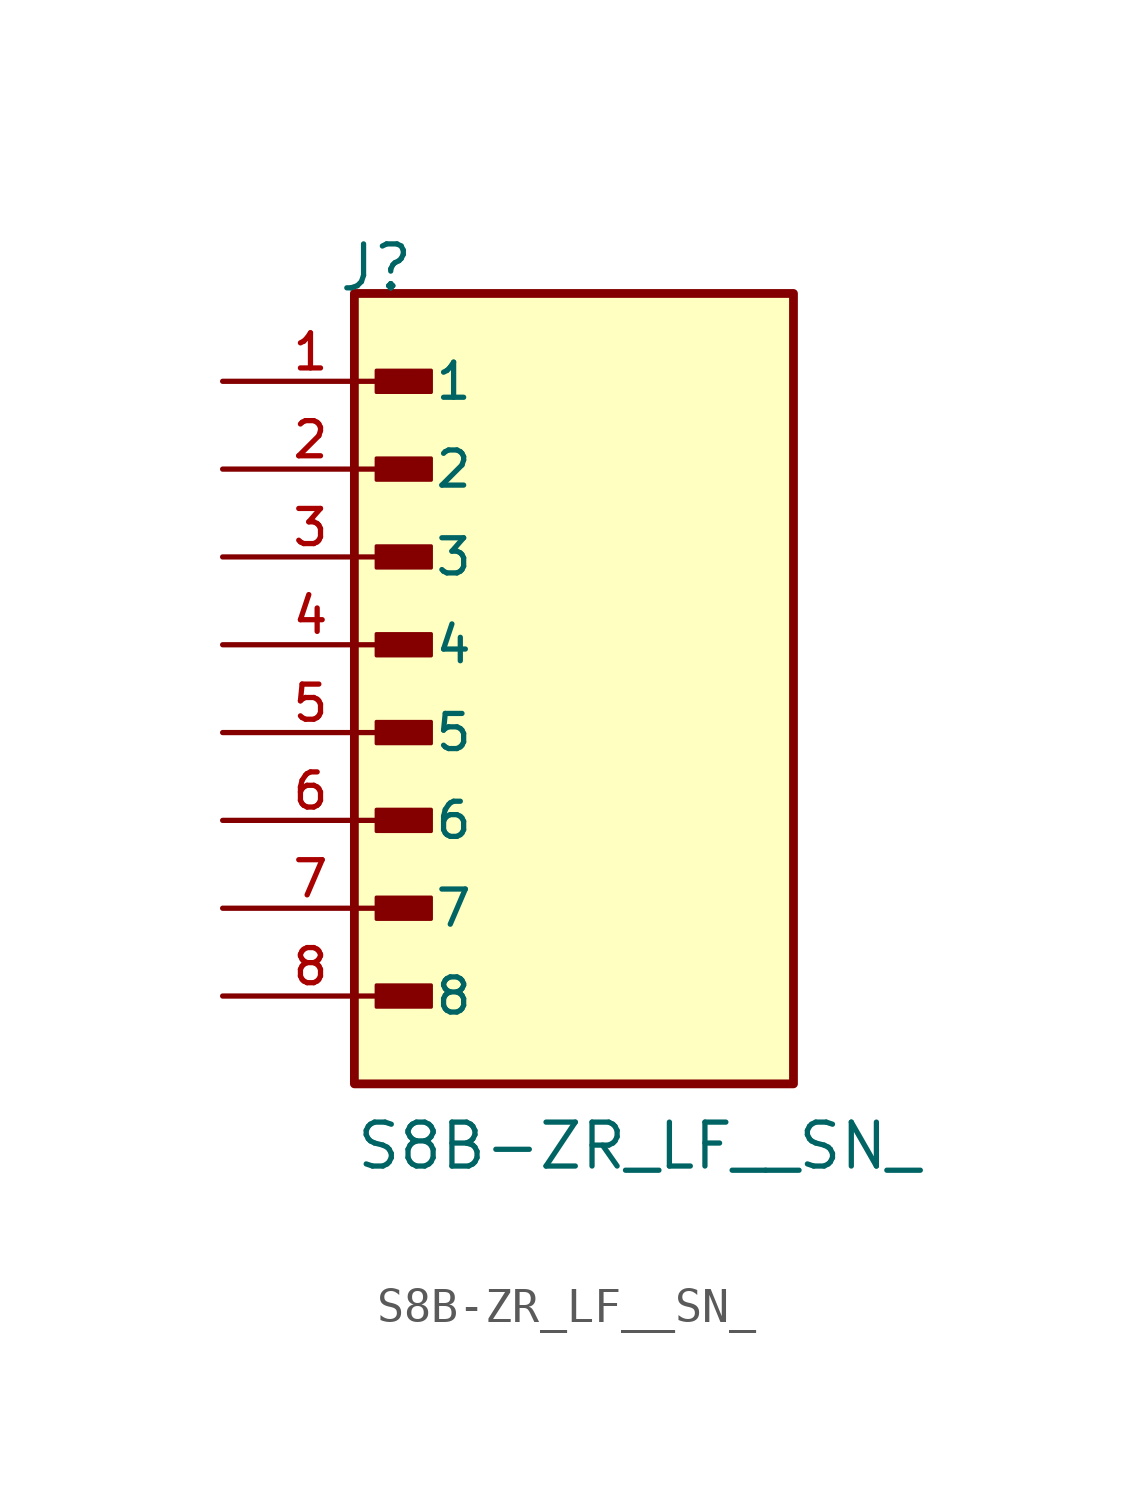
<source format=kicad_sym>
(kicad_symbol_lib
  (version 20211014)
  (generator kicad_symbol_editor)
  (symbol "S8B-ZR_LF__SN_"
    (pin_names
      (offset 1.016))
    (property "Reference" "J"
      (at -6.85 12.7 0)
      (effects (font (size 1.27 1.27)) (justify bottom left)))
    (property "Value" "S8B-ZR_LF__SN_"
      (at -6.35 -12.7 0)
      (effects (font (size 1.27 1.27)) (justify bottom left)))
    (symbol "S8B-ZR_LF__SN__0_0"
      (rectangle (start -5.715 9.842) (end -4.128 10.477) (stroke (width 0.1)) (fill (type outline)))
      (rectangle (start -5.715 7.303) (end -4.128 7.938) (stroke (width 0.1)) (fill (type outline)))
      (rectangle (start -5.715 4.763) (end -4.128 5.397) (stroke (width 0.1)) (fill (type outline)))
      (rectangle (start -5.715 2.223) (end -4.128 2.857) (stroke (width 0.1)) (fill (type outline)))
      (rectangle (start -5.715 -0.318) (end -4.128 0.318) (stroke (width 0.1)) (fill (type outline)))
      (rectangle (start -5.715 -2.857) (end -4.128 -2.223) (stroke (width 0.1)) (fill (type outline)))
      (rectangle (start -5.715 -5.397) (end -4.128 -4.763) (stroke (width 0.1)) (fill (type outline)))
      (rectangle (start -5.715 -7.938) (end -4.128 -7.303) (stroke (width 0.1)) (fill (type outline)))
      (rectangle (start -6.35 -10.16) (end 6.35 12.7) (stroke (width 0.254)) (fill (type background)))
      (pin passive line (at -10.16 10.16 0) (length 5.08) (name "1" (effects (font (size 1.016 1.016)))) (number "1" (effects (font (size 1.016 1.016)))))
      (pin passive line (at -10.16 7.62 0) (length 5.08) (name "2" (effects (font (size 1.016 1.016)))) (number "2" (effects (font (size 1.016 1.016)))))
      (pin passive line (at -10.16 5.08 0) (length 5.08) (name "3" (effects (font (size 1.016 1.016)))) (number "3" (effects (font (size 1.016 1.016)))))
      (pin passive line (at -10.16 2.54 0) (length 5.08) (name "4" (effects (font (size 1.016 1.016)))) (number "4" (effects (font (size 1.016 1.016)))))
      (pin passive line (at -10.16 0.0 0) (length 5.08) (name "5" (effects (font (size 1.016 1.016)))) (number "5" (effects (font (size 1.016 1.016)))))
      (pin passive line (at -10.16 -2.54 0) (length 5.08) (name "6" (effects (font (size 1.016 1.016)))) (number "6" (effects (font (size 1.016 1.016)))))
      (pin passive line (at -10.16 -5.08 0) (length 5.08) (name "7" (effects (font (size 1.016 1.016)))) (number "7" (effects (font (size 1.016 1.016)))))
      (pin passive line (at -10.16 -7.62 0) (length 5.08) (name "8" (effects (font (size 1.016 1.016)))) (number "8" (effects (font (size 1.016 1.016))))))))
</source>
